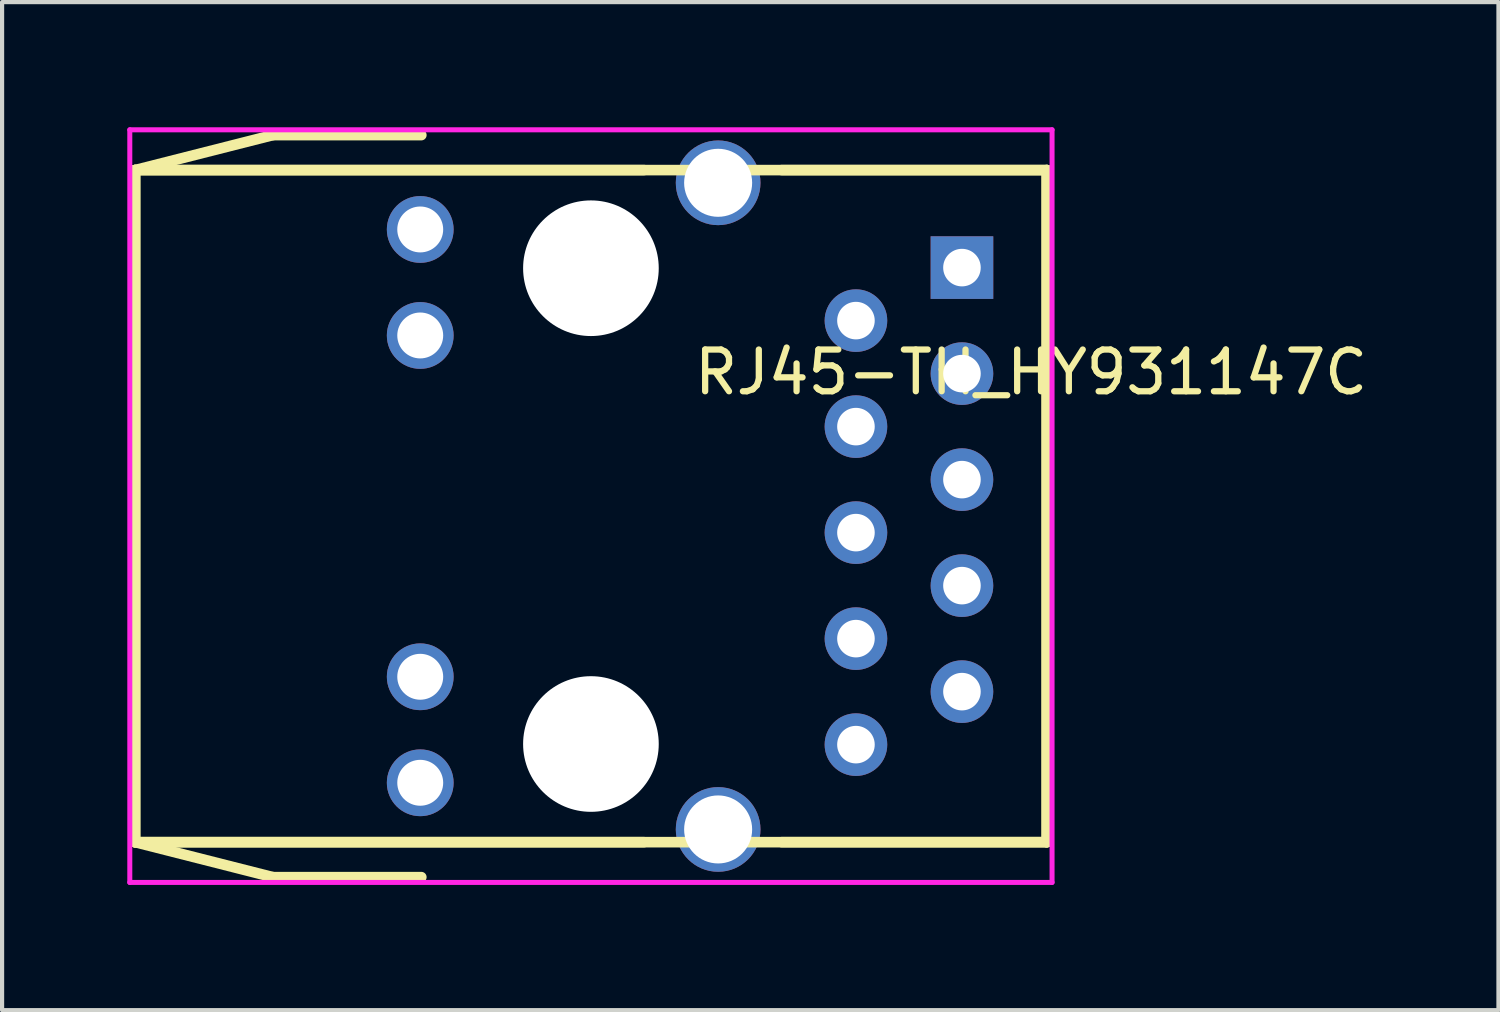
<source format=kicad_pcb>
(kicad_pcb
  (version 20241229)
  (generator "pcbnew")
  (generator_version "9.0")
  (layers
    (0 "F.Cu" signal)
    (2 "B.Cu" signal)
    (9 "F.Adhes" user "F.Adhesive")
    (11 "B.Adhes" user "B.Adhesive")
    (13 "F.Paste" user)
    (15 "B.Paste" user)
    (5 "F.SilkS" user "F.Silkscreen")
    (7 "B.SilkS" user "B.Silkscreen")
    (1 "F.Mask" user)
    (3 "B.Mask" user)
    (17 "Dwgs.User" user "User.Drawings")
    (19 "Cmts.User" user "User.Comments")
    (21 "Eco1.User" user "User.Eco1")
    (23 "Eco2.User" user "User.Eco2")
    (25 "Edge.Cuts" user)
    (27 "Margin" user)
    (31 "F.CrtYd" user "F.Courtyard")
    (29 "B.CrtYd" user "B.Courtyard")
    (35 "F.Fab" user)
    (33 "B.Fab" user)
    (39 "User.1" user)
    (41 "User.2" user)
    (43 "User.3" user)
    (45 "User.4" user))
  (footprint "RJ45-TH_HY931147C"
    (layer "F.Cu")
    (at 13.509 9.077)
    (property "Reference" "RJ45-TH_HY931147C" (at 0 -3.207 0) (layer "F.SilkS") (effects (font (size 1 1) (thickness 0.15)) (justify left)))
    (attr through_hole)
    (fp_line (start -13.322 -8.052) (end -13.322 8.052) (stroke (width 0.254) (type solid)) (layer "F.SilkS"))
    (fp_line (start -13.322 -8.052) (end -10.02 -8.89) (stroke (width 0.254) (type solid)) (layer "F.SilkS"))
    (fp_line (start -13.322 -8.052) (end 8.522 -8.052) (stroke (width 0.254) (type solid)) (layer "F.SilkS"))
    (fp_line (start -13.322 8.052) (end -13.322 -8.052) (stroke (width 0.254) (type solid)) (layer "F.SilkS"))
    (fp_line (start -13.322 8.052) (end -1.13 8.052) (stroke (width 0.254) (type solid)) (layer "F.SilkS"))
    (fp_line (start -10.02 -8.89) (end -6.464 -8.89) (stroke (width 0.254) (type solid)) (layer "F.SilkS"))
    (fp_line (start -10.02 8.89) (end -13.322 8.052) (stroke (width 0.254) (type solid)) (layer "F.SilkS"))
    (fp_line (start -6.464 8.89) (end -10.02 8.89) (stroke (width 0.254) (type solid)) (layer "F.SilkS"))
    (fp_line (start -1.13 -8.052) (end -13.322 -8.052) (stroke (width 0.254) (type solid)) (layer "F.SilkS"))
    (fp_line (start 2.172 -8.052) (end 8.522 -8.052) (stroke (width 0.254) (type solid)) (layer "F.SilkS"))
    (fp_line (start 8.522 -8.052) (end 8.522 8.052) (stroke (width 0.254) (type solid)) (layer "F.SilkS"))
    (fp_line (start 8.522 -8.052) (end 8.522 8.052) (stroke (width 0.254) (type solid)) (layer "F.SilkS"))
    (fp_line (start 8.522 8.052) (end -13.322 8.052) (stroke (width 0.254) (type solid)) (layer "F.SilkS"))
    (fp_line (start 8.522 8.052) (end 2.172 8.052) (stroke (width 0.254) (type solid)) (layer "F.SilkS"))
    (fp_circle (center -6.49 -6.629) (end -6.265 -6.629) (stroke (width 0.45) (type solid)) (fill no) (layer "Eco2.User"))
    (fp_circle (center -6.49 -4.089) (end -6.265 -4.089) (stroke (width 0.45) (type solid)) (fill no) (layer "Eco2.User"))
    (fp_circle (center -6.49 4.089) (end -6.265 4.089) (stroke (width 0.45) (type solid)) (fill no) (layer "Eco2.User"))
    (fp_circle (center -6.49 6.629) (end -6.265 6.629) (stroke (width 0.45) (type solid)) (fill no) (layer "Eco2.User"))
    (fp_circle (center -2.4 -5.7) (end -1.638 -5.7) (stroke (width 1.525) (type solid)) (fill no) (layer "Eco2.User"))
    (fp_circle (center -2.4 5.7) (end -1.638 5.7) (stroke (width 1.525) (type solid)) (fill no) (layer "Eco2.User"))
    (fp_circle (center 0.648 -7.747) (end 1.005 -7.747) (stroke (width 0.715) (type solid)) (fill no) (layer "Eco2.User"))
    (fp_circle (center 0.648 7.747) (end 1.005 7.747) (stroke (width 0.715) (type solid)) (fill no) (layer "Eco2.User"))
    (fp_circle (center 3.95 -4.445) (end 4.125 -4.445) (stroke (width 0.35) (type solid)) (fill no) (layer "Eco2.User"))
    (fp_circle (center 3.95 -1.905) (end 4.125 -1.905) (stroke (width 0.35) (type solid)) (fill no) (layer "Eco2.User"))
    (fp_circle (center 3.95 0.635) (end 4.125 0.635) (stroke (width 0.35) (type solid)) (fill no) (layer "Eco2.User"))
    (fp_circle (center 3.95 3.175) (end 4.125 3.175) (stroke (width 0.35) (type solid)) (fill no) (layer "Eco2.User"))
    (fp_circle (center 3.95 5.715) (end 4.125 5.715) (stroke (width 0.35) (type solid)) (fill no) (layer "Eco2.User"))
    (fp_circle (center 6.49 -5.715) (end 6.665 -5.715) (stroke (width 0.35) (type solid)) (fill no) (layer "Eco2.User"))
    (fp_circle (center 6.49 -3.175) (end 6.665 -3.175) (stroke (width 0.35) (type solid)) (fill no) (layer "Eco2.User"))
    (fp_circle (center 6.49 -0.635) (end 6.665 -0.635) (stroke (width 0.35) (type solid)) (fill no) (layer "Eco2.User"))
    (fp_circle (center 6.49 1.905) (end 6.665 1.905) (stroke (width 0.35) (type solid)) (fill no) (layer "Eco2.User"))
    (fp_circle (center 6.49 4.445) (end 6.665 4.445) (stroke (width 0.35) (type solid)) (fill no) (layer "Eco2.User"))
    (fp_circle (center 8.649 -9.017) (end 8.679 -9.017) (stroke (width 0.06) (type solid)) (fill no) (layer "Eco2.User"))
    (fp_line (start -13.449 -9.017) (end 8.649 -9.017) (stroke (width 0.12) (type solid)) (layer "F.CrtYd"))
    (fp_line (start -13.449 9.017) (end -13.449 -9.017) (stroke (width 0.12) (type solid)) (layer "F.CrtYd"))
    (fp_line (start 8.649 -9.017) (end 8.649 9.017) (stroke (width 0.12) (type solid)) (layer "F.CrtYd"))
    (fp_line (start 8.649 9.017) (end -13.449 9.017) (stroke (width 0.12) (type solid)) (layer "F.CrtYd"))
    (pad "" np_thru_hole circle (at -2.4 -5.7) (size 3.25 3.25) (drill 3.25) (layers "*.Cu" "*.Mask"))
    (pad "" np_thru_hole circle (at -2.4 5.7) (size 3.25 3.25) (drill 3.25) (layers "*.Cu" "*.Mask"))
    (pad "1" thru_hole rect (at 6.49 -5.715) (size 1.5 1.5) (drill 0.9) (layers "*.Cu" "*.Mask"))
    (pad "2" thru_hole circle (at 3.95 -4.445) (size 1.5 1.5) (drill 0.9) (layers "*.Cu" "*.Mask"))
    (pad "3" thru_hole circle (at 6.49 -3.175) (size 1.5 1.5) (drill 0.9) (layers "*.Cu" "*.Mask"))
    (pad "4" thru_hole circle (at 3.95 -1.905) (size 1.5 1.5) (drill 0.9) (layers "*.Cu" "*.Mask"))
    (pad "5" thru_hole circle (at 6.49 -0.635) (size 1.5 1.5) (drill 0.9) (layers "*.Cu" "*.Mask"))
    (pad "6" thru_hole circle (at 3.95 0.635) (size 1.5 1.5) (drill 0.9) (layers "*.Cu" "*.Mask"))
    (pad "7" thru_hole circle (at 6.49 1.905) (size 1.5 1.5) (drill 0.9) (layers "*.Cu" "*.Mask"))
    (pad "8" thru_hole circle (at 3.95 3.175) (size 1.5 1.5) (drill 0.9) (layers "*.Cu" "*.Mask"))
    (pad "9" thru_hole circle (at 6.49 4.445) (size 1.5 1.5) (drill 0.9) (layers "*.Cu" "*.Mask"))
    (pad "10" thru_hole circle (at 3.95 5.715) (size 1.5 1.5) (drill 0.9) (layers "*.Cu" "*.Mask"))
    (pad "11" thru_hole circle (at -6.49 -6.629) (size 1.6 1.6) (drill 1.1) (layers "*.Cu" "*.Mask"))
    (pad "12" thru_hole circle (at -6.49 -4.089) (size 1.6 1.6) (drill 1.1) (layers "*.Cu" "*.Mask"))
    (pad "13" thru_hole circle (at -6.49 4.089) (size 1.6 1.6) (drill 1.1) (layers "*.Cu" "*.Mask"))
    (pad "14" thru_hole circle (at -6.49 6.629) (size 1.6 1.6) (drill 1.1) (layers "*.Cu" "*.Mask"))
    (pad "GND1" thru_hole circle (at 0.648 -7.747) (size 2.029 2.029) (drill 1.63) (layers "*.Cu" "*.Mask"))
    (pad "GND2" thru_hole circle (at 0.648 7.747) (size 2.029 2.029) (drill 1.63) (layers "*.Cu" "*.Mask")))
  (gr_rect
    (start -3 -3)
    (end 32.854 21.154)
    (stroke (width 0.1) (type default))
    (fill no)
    (layer "Edge.Cuts")))
</source>
